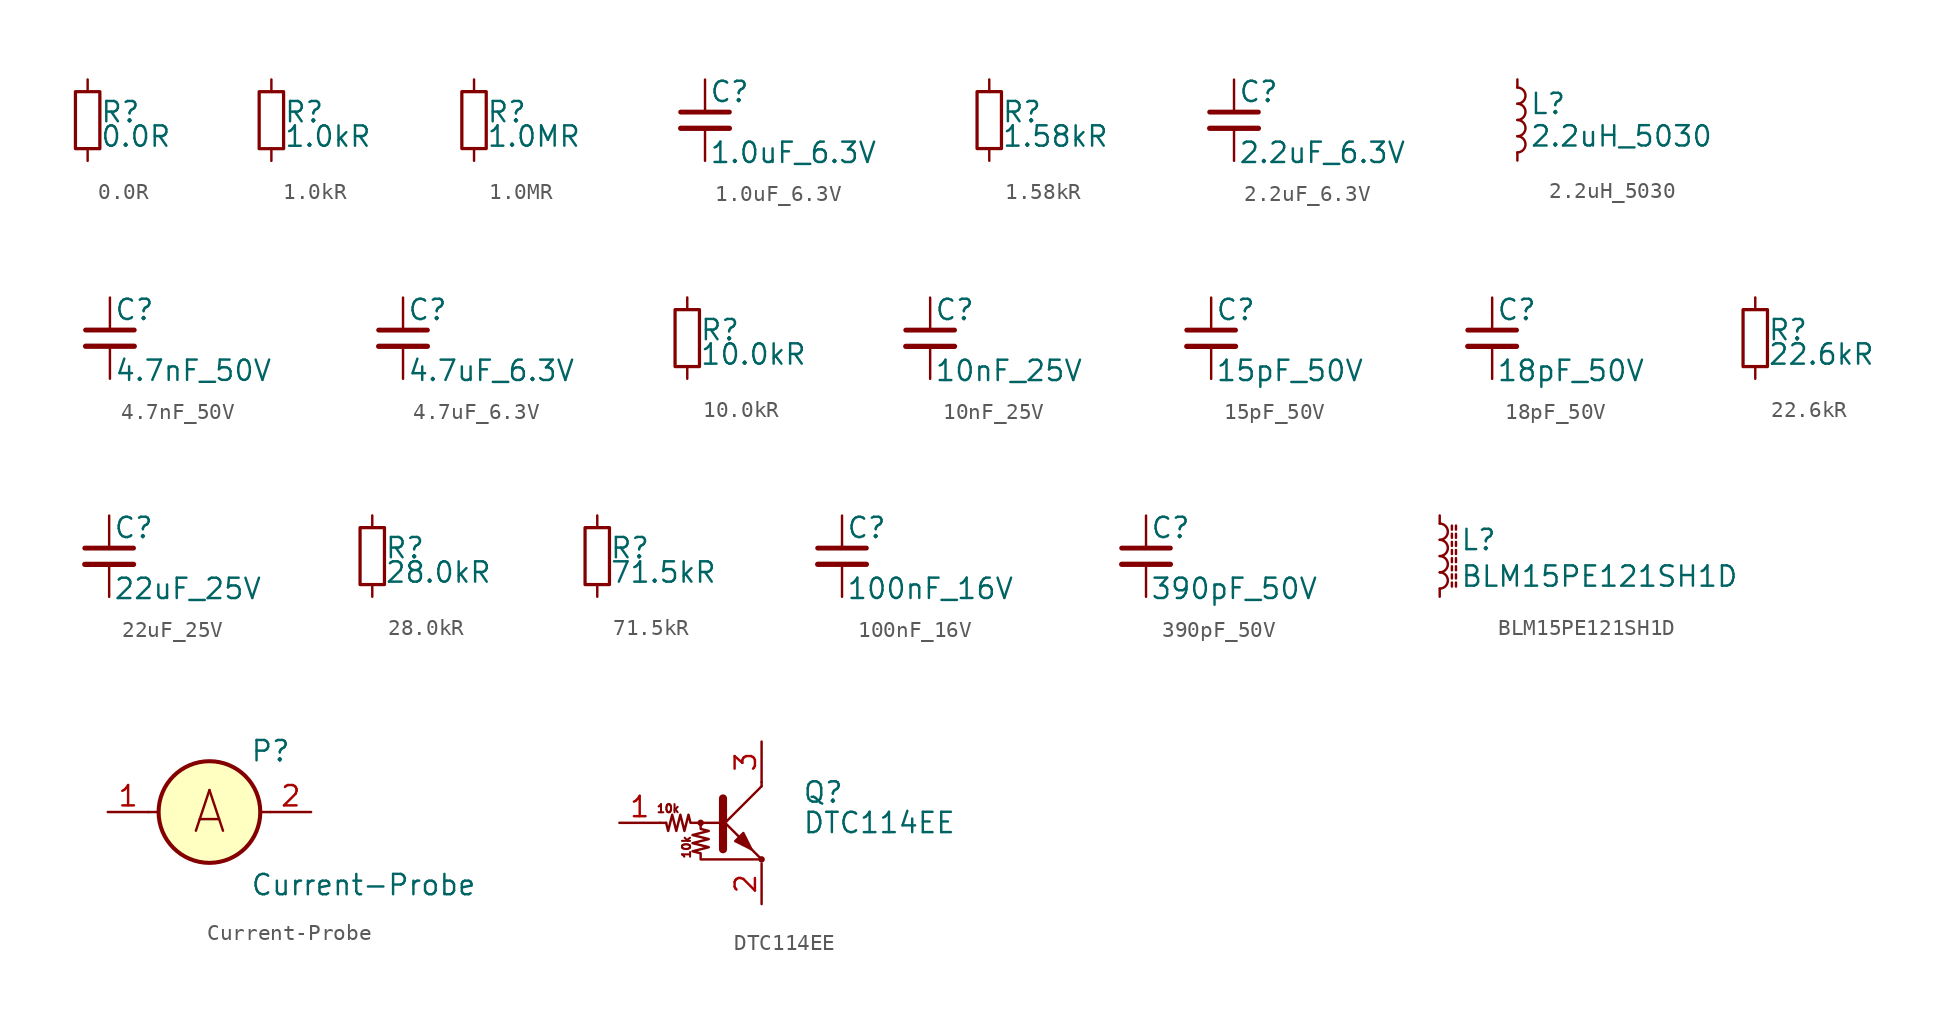
<source format=kicad_sym>
(kicad_symbol_lib
  (version 20220914)
  (generator kicad_symbol_editor)
  (symbol "0.0R"
    (pin_numbers hide)
    (pin_names
      (offset 0.254) hide)
    (property "Reference" "R"
      (at 0.762 0.508 0)
      (effects (font (size 1.27 1.27)) (justify left)))
    (property "Value" "0.0R"
      (at 0.762 -1.016 0)
      (effects (font (size 1.27 1.27)) (justify left)))
    (symbol "0.0R_0_1"
      (rectangle (start -0.762 1.778) (end 0.762 -1.778) (stroke (width 0.203) (type default)) (fill (type none))))
    (symbol "0.0R_1_1"
      (pin passive line (at 0 2.54 270) (length 0.762) (name "~" (effects (font (size 1.27 1.27)))) (number "1" (effects (font (size 1.27 1.27)))))
      (pin passive line (at 0 -2.54 90) (length 0.762) (name "~" (effects (font (size 1.27 1.27)))) (number "2" (effects (font (size 1.27 1.27)))))))
  (symbol "1.0kR"
    (pin_numbers hide)
    (pin_names
      (offset 0.254) hide)
    (property "Reference" "R"
      (at 0.762 0.508 0)
      (effects (font (size 1.27 1.27)) (justify left)))
    (property "Value" "1.0kR"
      (at 0.762 -1.016 0)
      (effects (font (size 1.27 1.27)) (justify left)))
    (symbol "1.0kR_0_1"
      (rectangle (start -0.762 1.778) (end 0.762 -1.778) (stroke (width 0.203) (type default)) (fill (type none))))
    (symbol "1.0kR_1_1"
      (pin passive line (at 0 2.54 270) (length 0.762) (name "~" (effects (font (size 1.27 1.27)))) (number "1" (effects (font (size 1.27 1.27)))))
      (pin passive line (at 0 -2.54 90) (length 0.762) (name "~" (effects (font (size 1.27 1.27)))) (number "2" (effects (font (size 1.27 1.27)))))))
  (symbol "1.0MR"
    (pin_numbers hide)
    (pin_names
      (offset 0.254) hide)
    (property "Reference" "R"
      (at 0.762 0.508 0)
      (effects (font (size 1.27 1.27)) (justify left)))
    (property "Value" "1.0MR"
      (at 0.762 -1.016 0)
      (effects (font (size 1.27 1.27)) (justify left)))
    (symbol "1.0MR_0_1"
      (rectangle (start -0.762 1.778) (end 0.762 -1.778) (stroke (width 0.203) (type default)) (fill (type none))))
    (symbol "1.0MR_1_1"
      (pin passive line (at 0 2.54 270) (length 0.762) (name "~" (effects (font (size 1.27 1.27)))) (number "1" (effects (font (size 1.27 1.27)))))
      (pin passive line (at 0 -2.54 90) (length 0.762) (name "~" (effects (font (size 1.27 1.27)))) (number "2" (effects (font (size 1.27 1.27)))))))
  (symbol "1.0uF_6.3V"
    (pin_numbers hide)
    (pin_names
      (offset 0.254) hide)
    (property "Reference" "C"
      (at 0.254 1.778 0)
      (effects (font (size 1.27 1.27)) (justify left)))
    (property "Value" "1.0uF_6.3V"
      (at 0.254 -2.032 0)
      (effects (font (size 1.27 1.27)) (justify left)))
    (symbol "1.0uF_6.3V_0_1"
      (polyline (pts (xy -1.524 -0.508) (xy 1.524 -0.508)) (stroke (width 0.33) (type default)) (fill (type none)))
      (polyline (pts (xy -1.524 0.508) (xy 1.524 0.508)) (stroke (width 0.305) (type default)) (fill (type none))))
    (symbol "1.0uF_6.3V_1_1"
      (pin passive line (at 0 2.54 270) (length 2.032) (name "~" (effects (font (size 1.27 1.27)))) (number "1" (effects (font (size 1.27 1.27)))))
      (pin passive line (at 0 -2.54 90) (length 2.032) (name "~" (effects (font (size 1.27 1.27)))) (number "2" (effects (font (size 1.27 1.27)))))))
  (symbol "1.58kR"
    (pin_numbers hide)
    (pin_names
      (offset 0.254) hide)
    (property "Reference" "R"
      (at 0.762 0.508 0)
      (effects (font (size 1.27 1.27)) (justify left)))
    (property "Value" "1.58kR"
      (at 0.762 -1.016 0)
      (effects (font (size 1.27 1.27)) (justify left)))
    (symbol "1.58kR_0_1"
      (rectangle (start -0.762 1.778) (end 0.762 -1.778) (stroke (width 0.203) (type default)) (fill (type none))))
    (symbol "1.58kR_1_1"
      (pin passive line (at 0 2.54 270) (length 0.762) (name "~" (effects (font (size 1.27 1.27)))) (number "1" (effects (font (size 1.27 1.27)))))
      (pin passive line (at 0 -2.54 90) (length 0.762) (name "~" (effects (font (size 1.27 1.27)))) (number "2" (effects (font (size 1.27 1.27)))))))
  (symbol "2.2uF_6.3V"
    (pin_numbers hide)
    (pin_names
      (offset 0.254) hide)
    (property "Reference" "C"
      (at 0.254 1.778 0)
      (effects (font (size 1.27 1.27)) (justify left)))
    (property "Value" "2.2uF_6.3V"
      (at 0.254 -2.032 0)
      (effects (font (size 1.27 1.27)) (justify left)))
    (symbol "2.2uF_6.3V_0_1"
      (polyline (pts (xy -1.524 -0.508) (xy 1.524 -0.508)) (stroke (width 0.33) (type default)) (fill (type none)))
      (polyline (pts (xy -1.524 0.508) (xy 1.524 0.508)) (stroke (width 0.305) (type default)) (fill (type none))))
    (symbol "2.2uF_6.3V_1_1"
      (pin passive line (at 0 2.54 270) (length 2.032) (name "~" (effects (font (size 1.27 1.27)))) (number "1" (effects (font (size 1.27 1.27)))))
      (pin passive line (at 0 -2.54 90) (length 2.032) (name "~" (effects (font (size 1.27 1.27)))) (number "2" (effects (font (size 1.27 1.27)))))))
  (symbol "2.2uH_5030"
    (pin_numbers hide)
    (pin_names
      (offset 0.254) hide)
    (property "Reference" "L"
      (at 0.762 1.016 0)
      (effects (font (size 1.27 1.27)) (justify left)))
    (property "Value" "2.2uH_5030"
      (at 0.762 -1.016 0)
      (effects (font (size 1.27 1.27)) (justify left)))
    (symbol "2.2uH_5030_0_1"
      (arc (start 0 -2.032) (mid 0.5058 -1.524) (end 0 -1.016) (stroke (width 0) (type default)) (fill (type none)))
      (arc (start 0 -1.016) (mid 0.5058 -0.508) (end 0 0) (stroke (width 0) (type default)) (fill (type none)))
      (arc (start 0 0) (mid 0.5058 0.508) (end 0 1.016) (stroke (width 0) (type default)) (fill (type none)))
      (arc (start 0 1.016) (mid 0.5058 1.524) (end 0 2.032) (stroke (width 0) (type default)) (fill (type none))))
    (symbol "2.2uH_5030_1_1"
      (pin passive line (at 0 2.54 270) (length 0.508) (name "~" (effects (font (size 1.27 1.27)))) (number "1" (effects (font (size 1.27 1.27)))))
      (pin passive line (at 0 -2.54 90) (length 0.508) (name "~" (effects (font (size 1.27 1.27)))) (number "2" (effects (font (size 1.27 1.27)))))))
  (symbol "4.7nF_50V"
    (pin_numbers hide)
    (pin_names
      (offset 0.254) hide)
    (property "Reference" "C"
      (at 0.254 1.778 0)
      (effects (font (size 1.27 1.27)) (justify left)))
    (property "Value" "4.7nF_50V"
      (at 0.254 -2.032 0)
      (effects (font (size 1.27 1.27)) (justify left)))
    (symbol "4.7nF_50V_0_1"
      (polyline (pts (xy -1.524 -0.508) (xy 1.524 -0.508)) (stroke (width 0.33) (type default)) (fill (type none)))
      (polyline (pts (xy -1.524 0.508) (xy 1.524 0.508)) (stroke (width 0.305) (type default)) (fill (type none))))
    (symbol "4.7nF_50V_1_1"
      (pin passive line (at 0 2.54 270) (length 2.032) (name "~" (effects (font (size 1.27 1.27)))) (number "1" (effects (font (size 1.27 1.27)))))
      (pin passive line (at 0 -2.54 90) (length 2.032) (name "~" (effects (font (size 1.27 1.27)))) (number "2" (effects (font (size 1.27 1.27)))))))
  (symbol "4.7uF_6.3V"
    (pin_numbers hide)
    (pin_names
      (offset 0.254) hide)
    (property "Reference" "C"
      (at 0.254 1.778 0)
      (effects (font (size 1.27 1.27)) (justify left)))
    (property "Value" "4.7uF_6.3V"
      (at 0.254 -2.032 0)
      (effects (font (size 1.27 1.27)) (justify left)))
    (symbol "4.7uF_6.3V_0_1"
      (polyline (pts (xy -1.524 -0.508) (xy 1.524 -0.508)) (stroke (width 0.33) (type default)) (fill (type none)))
      (polyline (pts (xy -1.524 0.508) (xy 1.524 0.508)) (stroke (width 0.305) (type default)) (fill (type none))))
    (symbol "4.7uF_6.3V_1_1"
      (pin passive line (at 0 2.54 270) (length 2.032) (name "~" (effects (font (size 1.27 1.27)))) (number "1" (effects (font (size 1.27 1.27)))))
      (pin passive line (at 0 -2.54 90) (length 2.032) (name "~" (effects (font (size 1.27 1.27)))) (number "2" (effects (font (size 1.27 1.27)))))))
  (symbol "10.0kR"
    (pin_numbers hide)
    (pin_names
      (offset 0.254) hide)
    (property "Reference" "R"
      (at 0.762 0.508 0)
      (effects (font (size 1.27 1.27)) (justify left)))
    (property "Value" "10.0kR"
      (at 0.762 -1.016 0)
      (effects (font (size 1.27 1.27)) (justify left)))
    (symbol "10.0kR_0_1"
      (rectangle (start -0.762 1.778) (end 0.762 -1.778) (stroke (width 0.203) (type default)) (fill (type none))))
    (symbol "10.0kR_1_1"
      (pin passive line (at 0 2.54 270) (length 0.762) (name "~" (effects (font (size 1.27 1.27)))) (number "1" (effects (font (size 1.27 1.27)))))
      (pin passive line (at 0 -2.54 90) (length 0.762) (name "~" (effects (font (size 1.27 1.27)))) (number "2" (effects (font (size 1.27 1.27)))))))
  (symbol "10nF_25V"
    (pin_numbers hide)
    (pin_names
      (offset 0.254) hide)
    (property "Reference" "C"
      (at 0.254 1.778 0)
      (effects (font (size 1.27 1.27)) (justify left)))
    (property "Value" "10nF_25V"
      (at 0.254 -2.032 0)
      (effects (font (size 1.27 1.27)) (justify left)))
    (symbol "10nF_25V_0_1"
      (polyline (pts (xy -1.524 -0.508) (xy 1.524 -0.508)) (stroke (width 0.33) (type default)) (fill (type none)))
      (polyline (pts (xy -1.524 0.508) (xy 1.524 0.508)) (stroke (width 0.305) (type default)) (fill (type none))))
    (symbol "10nF_25V_1_1"
      (pin passive line (at 0 2.54 270) (length 2.032) (name "~" (effects (font (size 1.27 1.27)))) (number "1" (effects (font (size 1.27 1.27)))))
      (pin passive line (at 0 -2.54 90) (length 2.032) (name "~" (effects (font (size 1.27 1.27)))) (number "2" (effects (font (size 1.27 1.27)))))))
  (symbol "15pF_50V"
    (pin_numbers hide)
    (pin_names
      (offset 0.254) hide)
    (property "Reference" "C"
      (at 0.254 1.778 0)
      (effects (font (size 1.27 1.27)) (justify left)))
    (property "Value" "15pF_50V"
      (at 0.254 -2.032 0)
      (effects (font (size 1.27 1.27)) (justify left)))
    (symbol "15pF_50V_0_1"
      (polyline (pts (xy -1.524 -0.508) (xy 1.524 -0.508)) (stroke (width 0.33) (type default)) (fill (type none)))
      (polyline (pts (xy -1.524 0.508) (xy 1.524 0.508)) (stroke (width 0.305) (type default)) (fill (type none))))
    (symbol "15pF_50V_1_1"
      (pin passive line (at 0 2.54 270) (length 2.032) (name "~" (effects (font (size 1.27 1.27)))) (number "1" (effects (font (size 1.27 1.27)))))
      (pin passive line (at 0 -2.54 90) (length 2.032) (name "~" (effects (font (size 1.27 1.27)))) (number "2" (effects (font (size 1.27 1.27)))))))
  (symbol "18pF_50V"
    (pin_numbers hide)
    (pin_names
      (offset 0.254) hide)
    (property "Reference" "C"
      (at 0.254 1.778 0)
      (effects (font (size 1.27 1.27)) (justify left)))
    (property "Value" "18pF_50V"
      (at 0.254 -2.032 0)
      (effects (font (size 1.27 1.27)) (justify left)))
    (symbol "18pF_50V_0_1"
      (polyline (pts (xy -1.524 -0.508) (xy 1.524 -0.508)) (stroke (width 0.33) (type default)) (fill (type none)))
      (polyline (pts (xy -1.524 0.508) (xy 1.524 0.508)) (stroke (width 0.305) (type default)) (fill (type none))))
    (symbol "18pF_50V_1_1"
      (pin passive line (at 0 2.54 270) (length 2.032) (name "~" (effects (font (size 1.27 1.27)))) (number "1" (effects (font (size 1.27 1.27)))))
      (pin passive line (at 0 -2.54 90) (length 2.032) (name "~" (effects (font (size 1.27 1.27)))) (number "2" (effects (font (size 1.27 1.27)))))))
  (symbol "22.6kR"
    (pin_numbers hide)
    (pin_names
      (offset 0.254) hide)
    (property "Reference" "R"
      (at 0.762 0.508 0)
      (effects (font (size 1.27 1.27)) (justify left)))
    (property "Value" "22.6kR"
      (at 0.762 -1.016 0)
      (effects (font (size 1.27 1.27)) (justify left)))
    (symbol "22.6kR_0_1"
      (rectangle (start -0.762 1.778) (end 0.762 -1.778) (stroke (width 0.203) (type default)) (fill (type none))))
    (symbol "22.6kR_1_1"
      (pin passive line (at 0 2.54 270) (length 0.762) (name "~" (effects (font (size 1.27 1.27)))) (number "1" (effects (font (size 1.27 1.27)))))
      (pin passive line (at 0 -2.54 90) (length 0.762) (name "~" (effects (font (size 1.27 1.27)))) (number "2" (effects (font (size 1.27 1.27)))))))
  (symbol "22uF_25V"
    (pin_numbers hide)
    (pin_names
      (offset 0.254) hide)
    (property "Reference" "C"
      (at 0.254 1.778 0)
      (effects (font (size 1.27 1.27)) (justify left)))
    (property "Value" "22uF_25V"
      (at 0.254 -2.032 0)
      (effects (font (size 1.27 1.27)) (justify left)))
    (symbol "22uF_25V_0_1"
      (polyline (pts (xy -1.524 -0.508) (xy 1.524 -0.508)) (stroke (width 0.33) (type default)) (fill (type none)))
      (polyline (pts (xy -1.524 0.508) (xy 1.524 0.508)) (stroke (width 0.305) (type default)) (fill (type none))))
    (symbol "22uF_25V_1_1"
      (pin passive line (at 0 2.54 270) (length 2.032) (name "~" (effects (font (size 1.27 1.27)))) (number "1" (effects (font (size 1.27 1.27)))))
      (pin passive line (at 0 -2.54 90) (length 2.032) (name "~" (effects (font (size 1.27 1.27)))) (number "2" (effects (font (size 1.27 1.27)))))))
  (symbol "28.0kR"
    (pin_numbers hide)
    (pin_names
      (offset 0.254) hide)
    (property "Reference" "R"
      (at 0.762 0.508 0)
      (effects (font (size 1.27 1.27)) (justify left)))
    (property "Value" "28.0kR"
      (at 0.762 -1.016 0)
      (effects (font (size 1.27 1.27)) (justify left)))
    (symbol "28.0kR_0_1"
      (rectangle (start -0.762 1.778) (end 0.762 -1.778) (stroke (width 0.203) (type default)) (fill (type none))))
    (symbol "28.0kR_1_1"
      (pin passive line (at 0 2.54 270) (length 0.762) (name "~" (effects (font (size 1.27 1.27)))) (number "1" (effects (font (size 1.27 1.27)))))
      (pin passive line (at 0 -2.54 90) (length 0.762) (name "~" (effects (font (size 1.27 1.27)))) (number "2" (effects (font (size 1.27 1.27)))))))
  (symbol "71.5kR"
    (pin_numbers hide)
    (pin_names
      (offset 0.254) hide)
    (property "Reference" "R"
      (at 0.762 0.508 0)
      (effects (font (size 1.27 1.27)) (justify left)))
    (property "Value" "71.5kR"
      (at 0.762 -1.016 0)
      (effects (font (size 1.27 1.27)) (justify left)))
    (symbol "71.5kR_0_1"
      (rectangle (start -0.762 1.778) (end 0.762 -1.778) (stroke (width 0.203) (type default)) (fill (type none))))
    (symbol "71.5kR_1_1"
      (pin passive line (at 0 2.54 270) (length 0.762) (name "~" (effects (font (size 1.27 1.27)))) (number "1" (effects (font (size 1.27 1.27)))))
      (pin passive line (at 0 -2.54 90) (length 0.762) (name "~" (effects (font (size 1.27 1.27)))) (number "2" (effects (font (size 1.27 1.27)))))))
  (symbol "100nF_16V"
    (pin_numbers hide)
    (pin_names
      (offset 0.254) hide)
    (property "Reference" "C"
      (at 0.254 1.778 0)
      (effects (font (size 1.27 1.27)) (justify left)))
    (property "Value" "100nF_16V"
      (at 0.254 -2.032 0)
      (effects (font (size 1.27 1.27)) (justify left)))
    (symbol "100nF_16V_0_1"
      (polyline (pts (xy -1.524 -0.508) (xy 1.524 -0.508)) (stroke (width 0.33) (type default)) (fill (type none)))
      (polyline (pts (xy -1.524 0.508) (xy 1.524 0.508)) (stroke (width 0.305) (type default)) (fill (type none))))
    (symbol "100nF_16V_1_1"
      (pin passive line (at 0 2.54 270) (length 2.032) (name "~" (effects (font (size 1.27 1.27)))) (number "1" (effects (font (size 1.27 1.27)))))
      (pin passive line (at 0 -2.54 90) (length 2.032) (name "~" (effects (font (size 1.27 1.27)))) (number "2" (effects (font (size 1.27 1.27)))))))
  (symbol "390pF_50V"
    (pin_numbers hide)
    (pin_names
      (offset 0.254) hide)
    (property "Reference" "C"
      (at 0.254 1.778 0)
      (effects (font (size 1.27 1.27)) (justify left)))
    (property "Value" "390pF_50V"
      (at 0.254 -2.032 0)
      (effects (font (size 1.27 1.27)) (justify left)))
    (symbol "390pF_50V_0_1"
      (polyline (pts (xy -1.524 -0.508) (xy 1.524 -0.508)) (stroke (width 0.33) (type default)) (fill (type none)))
      (polyline (pts (xy -1.524 0.508) (xy 1.524 0.508)) (stroke (width 0.305) (type default)) (fill (type none))))
    (symbol "390pF_50V_1_1"
      (pin passive line (at 0 2.54 270) (length 2.032) (name "~" (effects (font (size 1.27 1.27)))) (number "1" (effects (font (size 1.27 1.27)))))
      (pin passive line (at 0 -2.54 90) (length 2.032) (name "~" (effects (font (size 1.27 1.27)))) (number "2" (effects (font (size 1.27 1.27)))))))
  (symbol "BLM15PE121SH1D"
    (pin_numbers hide)
    (pin_names
      (offset 0.254) hide)
    (property "Reference" "L"
      (at 1.27 1.016 0)
      (effects (font (size 1.27 1.27)) (justify left)))
    (property "Value" "BLM15PE121SH1D"
      (at 1.27 -1.27 0)
      (effects (font (size 1.27 1.27)) (justify left)))
    (symbol "BLM15PE121SH1D_0_1"
      (arc (start 0 -2.032) (mid 0.5058 -1.524) (end 0 -1.016) (stroke (width 0) (type default)) (fill (type none)))
      (arc (start 0 -1.016) (mid 0.5058 -0.508) (end 0 0) (stroke (width 0) (type default)) (fill (type none)))
      (polyline (pts (xy 0.762 -1.905) (xy 0.762 -1.651)) (stroke (width 0) (type default)) (fill (type none)))
      (polyline (pts (xy 0.762 -1.397) (xy 0.762 -1.143)) (stroke (width 0) (type default)) (fill (type none)))
      (polyline (pts (xy 0.762 -0.889) (xy 0.762 -0.635)) (stroke (width 0) (type default)) (fill (type none)))
      (polyline (pts (xy 0.762 -0.381) (xy 0.762 -0.127)) (stroke (width 0) (type default)) (fill (type none)))
      (polyline (pts (xy 0.762 0.127) (xy 0.762 0.381)) (stroke (width 0) (type default)) (fill (type none)))
      (polyline (pts (xy 0.762 0.635) (xy 0.762 0.889)) (stroke (width 0) (type default)) (fill (type none)))
      (polyline (pts (xy 0.762 1.143) (xy 0.762 1.397)) (stroke (width 0) (type default)) (fill (type none)))
      (polyline (pts (xy 0.762 1.651) (xy 0.762 1.905)) (stroke (width 0) (type default)) (fill (type none)))
      (polyline (pts (xy 1.016 -1.651) (xy 1.016 -1.905)) (stroke (width 0) (type default)) (fill (type none)))
      (polyline (pts (xy 1.016 -1.143) (xy 1.016 -1.397)) (stroke (width 0) (type default)) (fill (type none)))
      (polyline (pts (xy 1.016 -0.635) (xy 1.016 -0.889)) (stroke (width 0) (type default)) (fill (type none)))
      (polyline (pts (xy 1.016 -0.127) (xy 1.016 -0.381)) (stroke (width 0) (type default)) (fill (type none)))
      (polyline (pts (xy 1.016 0.381) (xy 1.016 0.127)) (stroke (width 0) (type default)) (fill (type none)))
      (polyline (pts (xy 1.016 0.889) (xy 1.016 0.635)) (stroke (width 0) (type default)) (fill (type none)))
      (polyline (pts (xy 1.016 1.397) (xy 1.016 1.143)) (stroke (width 0) (type default)) (fill (type none)))
      (polyline (pts (xy 1.016 1.905) (xy 1.016 1.651)) (stroke (width 0) (type default)) (fill (type none)))
      (arc (start 0 0) (mid 0.5058 0.508) (end 0 1.016) (stroke (width 0) (type default)) (fill (type none)))
      (arc (start 0 1.016) (mid 0.5058 1.524) (end 0 2.032) (stroke (width 0) (type default)) (fill (type none))))
    (symbol "BLM15PE121SH1D_1_1"
      (pin passive line (at 0 2.54 270) (length 0.508) (name "~" (effects (font (size 1.27 1.27)))) (number "1" (effects (font (size 1.27 1.27)))))
      (pin passive line (at 0 -2.54 90) (length 0.508) (name "~" (effects (font (size 1.27 1.27)))) (number "2" (effects (font (size 1.27 1.27)))))))
  (symbol "Current-Probe"
    (pin_names
      (offset 0))
    (property "Reference" "P"
      (at 2.54 3.81 0)
      (effects (font (size 1.27 1.27)) (justify left)))
    (property "Value" "Current-Probe"
      (at 2.54 -3.81 0)
      (effects (font (size 1.27 1.27)) (justify left top)))
    (symbol "Current-Probe_0_0"
      (text "A" (at 0 0 0) (effects (font (size 2.54 2.54)))))
    (symbol "Current-Probe_0_1"
      (polyline (pts (xy -3.81 0) (xy -3.175 0)) (stroke (width 0) (type default)) (fill (type none)))
      (polyline (pts (xy 3.175 0) (xy 3.81 0)) (stroke (width 0) (type default)) (fill (type none)))
      (circle (center 0 0) (radius 3.175) (stroke (width 0.254) (type default)) (fill (type background))))
    (symbol "Current-Probe_1_1"
      (pin passive line (at -6.35 0 0) (length 2.54) (name "~" (effects (font (size 1.27 1.27)))) (number "1" (effects (font (size 1.27 1.27)))))
      (pin passive line (at 6.35 0 180) (length 2.54) (name "~" (effects (font (size 1.27 1.27)))) (number "2" (effects (font (size 1.27 1.27)))))))
  (symbol "DTC114EE"
    (pin_names
      (offset 0) hide)
    (property "Reference" "Q"
      (at 5.08 1.905 0)
      (effects (font (size 1.27 1.27)) (justify left)))
    (property "Value" "DTC114EE"
      (at 5.08 0 0)
      (effects (font (size 1.27 1.27)) (justify left)))
    (symbol "DTC114EE_0_0"
      (text "10k" (at -3.302 0.889 0) (effects (font (size 0.508 0.508))))
      (text "10k" (at -2.159 -1.524 900) (effects (font (size 0.508 0.508)))))
    (symbol "DTC114EE_0_1"
      (circle (center -1.27 0) (radius 0.127) (stroke (width 0) (type default)) (fill (type none)))
      (polyline (pts (xy -3.429 0) (xy -3.81 0)) (stroke (width 0) (type default)) (fill (type none)))
      (polyline (pts (xy 0 -0.254) (xy 2.54 2.286)) (stroke (width 0) (type default)) (fill (type none)))
      (polyline (pts (xy 0.127 1.524) (xy 0.127 -1.651)) (stroke (width 0.508) (type default)) (fill (type outline)))
      (polyline (pts (xy 2.54 2.286) (xy 2.54 2.54)) (stroke (width 0) (type default)) (fill (type none)))
      (polyline (pts (xy 2.54 -2.286) (xy 0 0.254) (xy 0 0.254)) (stroke (width 0) (type default)) (fill (type none)))
      (polyline (pts (xy 0.889 -1.143) (xy 1.397 -0.635) (xy 1.905 -1.651) (xy 0.889 -1.143)) (stroke (width 0) (type default)) (fill (type outline)))
      (polyline (pts (xy 0 0) (xy -1.905 0) (xy -2.032 0.508) (xy -2.286 -0.508) (xy -2.54 0.508) (xy -2.794 -0.508) (xy -3.048 0.508) (xy -3.302 -0.508) (xy -3.429 0)) (stroke (width 0) (type default)) (fill (type none)))
      (polyline (pts (xy -1.27 0) (xy -1.27 -0.381) (xy -0.762 -0.508) (xy -1.778 -0.762) (xy -0.762 -1.016) (xy -1.778 -1.27) (xy -0.762 -1.524) (xy -1.778 -1.778) (xy -1.27 -1.905) (xy -1.27 -2.286) (xy 2.54 -2.286)) (stroke (width 0) (type default)) (fill (type none)))
      (circle (center 2.54 -2.286) (radius 0.127) (stroke (width 0) (type default)) (fill (type none))))
    (symbol "DTC114EE_1_1"
      (pin input line (at -6.35 0 0) (length 2.54) (name "B" (effects (font (size 1.27 1.27)))) (number "1" (effects (font (size 1.27 1.27)))))
      (pin passive line (at 2.54 -5.08 90) (length 2.54) (name "E" (effects (font (size 1.27 1.27)))) (number "2" (effects (font (size 1.27 1.27)))))
      (pin passive line (at 2.54 5.08 270) (length 2.54) (name "C" (effects (font (size 1.27 1.27)))) (number "3" (effects (font (size 1.27 1.27))))))))
</source>
